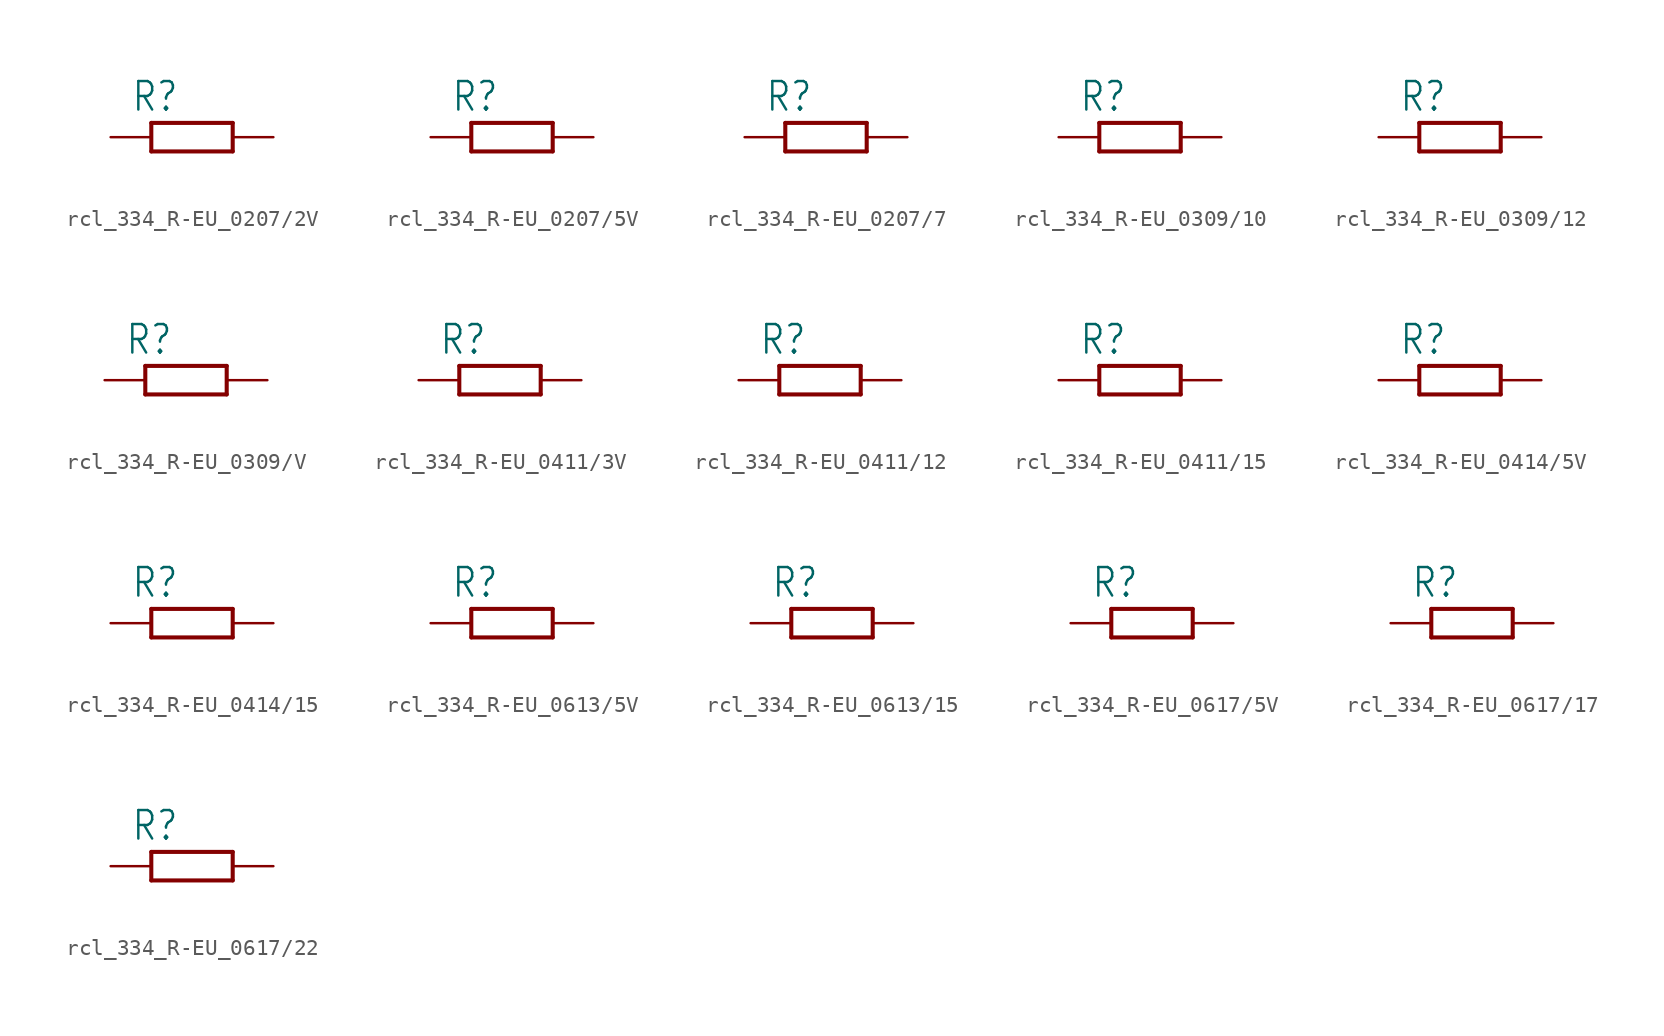
<source format=kicad_sym>
(kicad_symbol_lib
  (version 20241209)
  (generator "kicad_symbol_editor")
  (generator_version "9.0")
  (symbol "rcl_334_R-EU_0207/2V"
    (property "Reference" "R"
      (at -3.81 1.499 0)
      (effects (font (size 1.778 1.511)) (justify left bottom)))
    (property "Value" ""
      (at -3.81 -3.302 0)
      (effects (font (size 1.778 1.511)) (justify left bottom)))
    (property "ki_locked" ""
      (at 0 0 0)
      (effects (font (size 1.27 1.27))))
    (symbol "rcl_334_R-EU_0207/2V_1_0"
      (polyline (pts (xy -2.54 -0.889) (xy -2.54 0.889)) (stroke (width 0.254) (type solid)) (fill (type none)))
      (polyline (pts (xy -2.54 -0.889) (xy 2.54 -0.889)) (stroke (width 0.254) (type solid)) (fill (type none)))
      (polyline (pts (xy 2.54 0.889) (xy -2.54 0.889)) (stroke (width 0.254) (type solid)) (fill (type none)))
      (polyline (pts (xy 2.54 -0.889) (xy 2.54 0.889)) (stroke (width 0.254) (type solid)) (fill (type none)))
      (pin passive line (at -5.08 0 0) (length 2.54) (name "1" (effects (font (size 0 0)))) (number "1" (effects (font (size 0 0)))))
      (pin passive line (at 5.08 0 180) (length 2.54) (name "2" (effects (font (size 0 0)))) (number "2" (effects (font (size 0 0)))))))
  (symbol "rcl_334_R-EU_0207/5V"
    (property "Reference" "R"
      (at -3.81 1.499 0)
      (effects (font (size 1.778 1.511)) (justify left bottom)))
    (property "Value" ""
      (at -3.81 -3.302 0)
      (effects (font (size 1.778 1.511)) (justify left bottom)))
    (property "ki_locked" ""
      (at 0 0 0)
      (effects (font (size 1.27 1.27))))
    (symbol "rcl_334_R-EU_0207/5V_1_0"
      (polyline (pts (xy -2.54 -0.889) (xy -2.54 0.889)) (stroke (width 0.254) (type solid)) (fill (type none)))
      (polyline (pts (xy -2.54 -0.889) (xy 2.54 -0.889)) (stroke (width 0.254) (type solid)) (fill (type none)))
      (polyline (pts (xy 2.54 0.889) (xy -2.54 0.889)) (stroke (width 0.254) (type solid)) (fill (type none)))
      (polyline (pts (xy 2.54 -0.889) (xy 2.54 0.889)) (stroke (width 0.254) (type solid)) (fill (type none)))
      (pin passive line (at -5.08 0 0) (length 2.54) (name "1" (effects (font (size 0 0)))) (number "1" (effects (font (size 0 0)))))
      (pin passive line (at 5.08 0 180) (length 2.54) (name "2" (effects (font (size 0 0)))) (number "2" (effects (font (size 0 0)))))))
  (symbol "rcl_334_R-EU_0207/7"
    (property "Reference" "R"
      (at -3.81 1.499 0)
      (effects (font (size 1.778 1.511)) (justify left bottom)))
    (property "Value" ""
      (at -3.81 -3.302 0)
      (effects (font (size 1.778 1.511)) (justify left bottom)))
    (property "ki_locked" ""
      (at 0 0 0)
      (effects (font (size 1.27 1.27))))
    (symbol "rcl_334_R-EU_0207/7_1_0"
      (polyline (pts (xy -2.54 -0.889) (xy -2.54 0.889)) (stroke (width 0.254) (type solid)) (fill (type none)))
      (polyline (pts (xy -2.54 -0.889) (xy 2.54 -0.889)) (stroke (width 0.254) (type solid)) (fill (type none)))
      (polyline (pts (xy 2.54 0.889) (xy -2.54 0.889)) (stroke (width 0.254) (type solid)) (fill (type none)))
      (polyline (pts (xy 2.54 -0.889) (xy 2.54 0.889)) (stroke (width 0.254) (type solid)) (fill (type none)))
      (pin passive line (at -5.08 0 0) (length 2.54) (name "1" (effects (font (size 0 0)))) (number "1" (effects (font (size 0 0)))))
      (pin passive line (at 5.08 0 180) (length 2.54) (name "2" (effects (font (size 0 0)))) (number "2" (effects (font (size 0 0)))))))
  (symbol "rcl_334_R-EU_0309/10"
    (property "Reference" "R"
      (at -3.81 1.499 0)
      (effects (font (size 1.778 1.511)) (justify left bottom)))
    (property "Value" ""
      (at -3.81 -3.302 0)
      (effects (font (size 1.778 1.511)) (justify left bottom)))
    (property "ki_locked" ""
      (at 0 0 0)
      (effects (font (size 1.27 1.27))))
    (symbol "rcl_334_R-EU_0309/10_1_0"
      (polyline (pts (xy -2.54 -0.889) (xy -2.54 0.889)) (stroke (width 0.254) (type solid)) (fill (type none)))
      (polyline (pts (xy -2.54 -0.889) (xy 2.54 -0.889)) (stroke (width 0.254) (type solid)) (fill (type none)))
      (polyline (pts (xy 2.54 0.889) (xy -2.54 0.889)) (stroke (width 0.254) (type solid)) (fill (type none)))
      (polyline (pts (xy 2.54 -0.889) (xy 2.54 0.889)) (stroke (width 0.254) (type solid)) (fill (type none)))
      (pin passive line (at -5.08 0 0) (length 2.54) (name "1" (effects (font (size 0 0)))) (number "1" (effects (font (size 0 0)))))
      (pin passive line (at 5.08 0 180) (length 2.54) (name "2" (effects (font (size 0 0)))) (number "2" (effects (font (size 0 0)))))))
  (symbol "rcl_334_R-EU_0309/12"
    (property "Reference" "R"
      (at -3.81 1.499 0)
      (effects (font (size 1.778 1.511)) (justify left bottom)))
    (property "Value" ""
      (at -3.81 -3.302 0)
      (effects (font (size 1.778 1.511)) (justify left bottom)))
    (property "ki_locked" ""
      (at 0 0 0)
      (effects (font (size 1.27 1.27))))
    (symbol "rcl_334_R-EU_0309/12_1_0"
      (polyline (pts (xy -2.54 -0.889) (xy -2.54 0.889)) (stroke (width 0.254) (type solid)) (fill (type none)))
      (polyline (pts (xy -2.54 -0.889) (xy 2.54 -0.889)) (stroke (width 0.254) (type solid)) (fill (type none)))
      (polyline (pts (xy 2.54 0.889) (xy -2.54 0.889)) (stroke (width 0.254) (type solid)) (fill (type none)))
      (polyline (pts (xy 2.54 -0.889) (xy 2.54 0.889)) (stroke (width 0.254) (type solid)) (fill (type none)))
      (pin passive line (at -5.08 0 0) (length 2.54) (name "1" (effects (font (size 0 0)))) (number "1" (effects (font (size 0 0)))))
      (pin passive line (at 5.08 0 180) (length 2.54) (name "2" (effects (font (size 0 0)))) (number "2" (effects (font (size 0 0)))))))
  (symbol "rcl_334_R-EU_0309/V"
    (property "Reference" "R"
      (at -3.81 1.499 0)
      (effects (font (size 1.778 1.511)) (justify left bottom)))
    (property "Value" ""
      (at -3.81 -3.302 0)
      (effects (font (size 1.778 1.511)) (justify left bottom)))
    (property "ki_locked" ""
      (at 0 0 0)
      (effects (font (size 1.27 1.27))))
    (symbol "rcl_334_R-EU_0309/V_1_0"
      (polyline (pts (xy -2.54 -0.889) (xy -2.54 0.889)) (stroke (width 0.254) (type solid)) (fill (type none)))
      (polyline (pts (xy -2.54 -0.889) (xy 2.54 -0.889)) (stroke (width 0.254) (type solid)) (fill (type none)))
      (polyline (pts (xy 2.54 0.889) (xy -2.54 0.889)) (stroke (width 0.254) (type solid)) (fill (type none)))
      (polyline (pts (xy 2.54 -0.889) (xy 2.54 0.889)) (stroke (width 0.254) (type solid)) (fill (type none)))
      (pin passive line (at -5.08 0 0) (length 2.54) (name "1" (effects (font (size 0 0)))) (number "1" (effects (font (size 0 0)))))
      (pin passive line (at 5.08 0 180) (length 2.54) (name "2" (effects (font (size 0 0)))) (number "2" (effects (font (size 0 0)))))))
  (symbol "rcl_334_R-EU_0411/3V"
    (property "Reference" "R"
      (at -3.81 1.499 0)
      (effects (font (size 1.778 1.511)) (justify left bottom)))
    (property "Value" ""
      (at -3.81 -3.302 0)
      (effects (font (size 1.778 1.511)) (justify left bottom)))
    (property "ki_locked" ""
      (at 0 0 0)
      (effects (font (size 1.27 1.27))))
    (symbol "rcl_334_R-EU_0411/3V_1_0"
      (polyline (pts (xy -2.54 -0.889) (xy -2.54 0.889)) (stroke (width 0.254) (type solid)) (fill (type none)))
      (polyline (pts (xy -2.54 -0.889) (xy 2.54 -0.889)) (stroke (width 0.254) (type solid)) (fill (type none)))
      (polyline (pts (xy 2.54 0.889) (xy -2.54 0.889)) (stroke (width 0.254) (type solid)) (fill (type none)))
      (polyline (pts (xy 2.54 -0.889) (xy 2.54 0.889)) (stroke (width 0.254) (type solid)) (fill (type none)))
      (pin passive line (at -5.08 0 0) (length 2.54) (name "1" (effects (font (size 0 0)))) (number "1" (effects (font (size 0 0)))))
      (pin passive line (at 5.08 0 180) (length 2.54) (name "2" (effects (font (size 0 0)))) (number "2" (effects (font (size 0 0)))))))
  (symbol "rcl_334_R-EU_0411/12"
    (property "Reference" "R"
      (at -3.81 1.499 0)
      (effects (font (size 1.778 1.511)) (justify left bottom)))
    (property "Value" ""
      (at -3.81 -3.302 0)
      (effects (font (size 1.778 1.511)) (justify left bottom)))
    (property "ki_locked" ""
      (at 0 0 0)
      (effects (font (size 1.27 1.27))))
    (symbol "rcl_334_R-EU_0411/12_1_0"
      (polyline (pts (xy -2.54 -0.889) (xy -2.54 0.889)) (stroke (width 0.254) (type solid)) (fill (type none)))
      (polyline (pts (xy -2.54 -0.889) (xy 2.54 -0.889)) (stroke (width 0.254) (type solid)) (fill (type none)))
      (polyline (pts (xy 2.54 0.889) (xy -2.54 0.889)) (stroke (width 0.254) (type solid)) (fill (type none)))
      (polyline (pts (xy 2.54 -0.889) (xy 2.54 0.889)) (stroke (width 0.254) (type solid)) (fill (type none)))
      (pin passive line (at -5.08 0 0) (length 2.54) (name "1" (effects (font (size 0 0)))) (number "1" (effects (font (size 0 0)))))
      (pin passive line (at 5.08 0 180) (length 2.54) (name "2" (effects (font (size 0 0)))) (number "2" (effects (font (size 0 0)))))))
  (symbol "rcl_334_R-EU_0411/15"
    (property "Reference" "R"
      (at -3.81 1.499 0)
      (effects (font (size 1.778 1.511)) (justify left bottom)))
    (property "Value" ""
      (at -3.81 -3.302 0)
      (effects (font (size 1.778 1.511)) (justify left bottom)))
    (property "ki_locked" ""
      (at 0 0 0)
      (effects (font (size 1.27 1.27))))
    (symbol "rcl_334_R-EU_0411/15_1_0"
      (polyline (pts (xy -2.54 -0.889) (xy -2.54 0.889)) (stroke (width 0.254) (type solid)) (fill (type none)))
      (polyline (pts (xy -2.54 -0.889) (xy 2.54 -0.889)) (stroke (width 0.254) (type solid)) (fill (type none)))
      (polyline (pts (xy 2.54 0.889) (xy -2.54 0.889)) (stroke (width 0.254) (type solid)) (fill (type none)))
      (polyline (pts (xy 2.54 -0.889) (xy 2.54 0.889)) (stroke (width 0.254) (type solid)) (fill (type none)))
      (pin passive line (at -5.08 0 0) (length 2.54) (name "1" (effects (font (size 0 0)))) (number "1" (effects (font (size 0 0)))))
      (pin passive line (at 5.08 0 180) (length 2.54) (name "2" (effects (font (size 0 0)))) (number "2" (effects (font (size 0 0)))))))
  (symbol "rcl_334_R-EU_0414/5V"
    (property "Reference" "R"
      (at -3.81 1.499 0)
      (effects (font (size 1.778 1.511)) (justify left bottom)))
    (property "Value" ""
      (at -3.81 -3.302 0)
      (effects (font (size 1.778 1.511)) (justify left bottom)))
    (property "ki_locked" ""
      (at 0 0 0)
      (effects (font (size 1.27 1.27))))
    (symbol "rcl_334_R-EU_0414/5V_1_0"
      (polyline (pts (xy -2.54 -0.889) (xy -2.54 0.889)) (stroke (width 0.254) (type solid)) (fill (type none)))
      (polyline (pts (xy -2.54 -0.889) (xy 2.54 -0.889)) (stroke (width 0.254) (type solid)) (fill (type none)))
      (polyline (pts (xy 2.54 0.889) (xy -2.54 0.889)) (stroke (width 0.254) (type solid)) (fill (type none)))
      (polyline (pts (xy 2.54 -0.889) (xy 2.54 0.889)) (stroke (width 0.254) (type solid)) (fill (type none)))
      (pin passive line (at -5.08 0 0) (length 2.54) (name "1" (effects (font (size 0 0)))) (number "1" (effects (font (size 0 0)))))
      (pin passive line (at 5.08 0 180) (length 2.54) (name "2" (effects (font (size 0 0)))) (number "2" (effects (font (size 0 0)))))))
  (symbol "rcl_334_R-EU_0414/15"
    (property "Reference" "R"
      (at -3.81 1.499 0)
      (effects (font (size 1.778 1.511)) (justify left bottom)))
    (property "Value" ""
      (at -3.81 -3.302 0)
      (effects (font (size 1.778 1.511)) (justify left bottom)))
    (property "ki_locked" ""
      (at 0 0 0)
      (effects (font (size 1.27 1.27))))
    (symbol "rcl_334_R-EU_0414/15_1_0"
      (polyline (pts (xy -2.54 -0.889) (xy -2.54 0.889)) (stroke (width 0.254) (type solid)) (fill (type none)))
      (polyline (pts (xy -2.54 -0.889) (xy 2.54 -0.889)) (stroke (width 0.254) (type solid)) (fill (type none)))
      (polyline (pts (xy 2.54 0.889) (xy -2.54 0.889)) (stroke (width 0.254) (type solid)) (fill (type none)))
      (polyline (pts (xy 2.54 -0.889) (xy 2.54 0.889)) (stroke (width 0.254) (type solid)) (fill (type none)))
      (pin passive line (at -5.08 0 0) (length 2.54) (name "1" (effects (font (size 0 0)))) (number "1" (effects (font (size 0 0)))))
      (pin passive line (at 5.08 0 180) (length 2.54) (name "2" (effects (font (size 0 0)))) (number "2" (effects (font (size 0 0)))))))
  (symbol "rcl_334_R-EU_0613/5V"
    (property "Reference" "R"
      (at -3.81 1.499 0)
      (effects (font (size 1.778 1.511)) (justify left bottom)))
    (property "Value" ""
      (at -3.81 -3.302 0)
      (effects (font (size 1.778 1.511)) (justify left bottom)))
    (property "ki_locked" ""
      (at 0 0 0)
      (effects (font (size 1.27 1.27))))
    (symbol "rcl_334_R-EU_0613/5V_1_0"
      (polyline (pts (xy -2.54 -0.889) (xy -2.54 0.889)) (stroke (width 0.254) (type solid)) (fill (type none)))
      (polyline (pts (xy -2.54 -0.889) (xy 2.54 -0.889)) (stroke (width 0.254) (type solid)) (fill (type none)))
      (polyline (pts (xy 2.54 0.889) (xy -2.54 0.889)) (stroke (width 0.254) (type solid)) (fill (type none)))
      (polyline (pts (xy 2.54 -0.889) (xy 2.54 0.889)) (stroke (width 0.254) (type solid)) (fill (type none)))
      (pin passive line (at -5.08 0 0) (length 2.54) (name "1" (effects (font (size 0 0)))) (number "1" (effects (font (size 0 0)))))
      (pin passive line (at 5.08 0 180) (length 2.54) (name "2" (effects (font (size 0 0)))) (number "2" (effects (font (size 0 0)))))))
  (symbol "rcl_334_R-EU_0613/15"
    (property "Reference" "R"
      (at -3.81 1.499 0)
      (effects (font (size 1.778 1.511)) (justify left bottom)))
    (property "Value" ""
      (at -3.81 -3.302 0)
      (effects (font (size 1.778 1.511)) (justify left bottom)))
    (property "ki_locked" ""
      (at 0 0 0)
      (effects (font (size 1.27 1.27))))
    (symbol "rcl_334_R-EU_0613/15_1_0"
      (polyline (pts (xy -2.54 -0.889) (xy -2.54 0.889)) (stroke (width 0.254) (type solid)) (fill (type none)))
      (polyline (pts (xy -2.54 -0.889) (xy 2.54 -0.889)) (stroke (width 0.254) (type solid)) (fill (type none)))
      (polyline (pts (xy 2.54 0.889) (xy -2.54 0.889)) (stroke (width 0.254) (type solid)) (fill (type none)))
      (polyline (pts (xy 2.54 -0.889) (xy 2.54 0.889)) (stroke (width 0.254) (type solid)) (fill (type none)))
      (pin passive line (at -5.08 0 0) (length 2.54) (name "1" (effects (font (size 0 0)))) (number "1" (effects (font (size 0 0)))))
      (pin passive line (at 5.08 0 180) (length 2.54) (name "2" (effects (font (size 0 0)))) (number "2" (effects (font (size 0 0)))))))
  (symbol "rcl_334_R-EU_0617/5V"
    (property "Reference" "R"
      (at -3.81 1.499 0)
      (effects (font (size 1.778 1.511)) (justify left bottom)))
    (property "Value" ""
      (at -3.81 -3.302 0)
      (effects (font (size 1.778 1.511)) (justify left bottom)))
    (property "ki_locked" ""
      (at 0 0 0)
      (effects (font (size 1.27 1.27))))
    (symbol "rcl_334_R-EU_0617/5V_1_0"
      (polyline (pts (xy -2.54 -0.889) (xy -2.54 0.889)) (stroke (width 0.254) (type solid)) (fill (type none)))
      (polyline (pts (xy -2.54 -0.889) (xy 2.54 -0.889)) (stroke (width 0.254) (type solid)) (fill (type none)))
      (polyline (pts (xy 2.54 0.889) (xy -2.54 0.889)) (stroke (width 0.254) (type solid)) (fill (type none)))
      (polyline (pts (xy 2.54 -0.889) (xy 2.54 0.889)) (stroke (width 0.254) (type solid)) (fill (type none)))
      (pin passive line (at -5.08 0 0) (length 2.54) (name "1" (effects (font (size 0 0)))) (number "1" (effects (font (size 0 0)))))
      (pin passive line (at 5.08 0 180) (length 2.54) (name "2" (effects (font (size 0 0)))) (number "2" (effects (font (size 0 0)))))))
  (symbol "rcl_334_R-EU_0617/17"
    (property "Reference" "R"
      (at -3.81 1.499 0)
      (effects (font (size 1.778 1.511)) (justify left bottom)))
    (property "Value" ""
      (at -3.81 -3.302 0)
      (effects (font (size 1.778 1.511)) (justify left bottom)))
    (property "ki_locked" ""
      (at 0 0 0)
      (effects (font (size 1.27 1.27))))
    (symbol "rcl_334_R-EU_0617/17_1_0"
      (polyline (pts (xy -2.54 -0.889) (xy -2.54 0.889)) (stroke (width 0.254) (type solid)) (fill (type none)))
      (polyline (pts (xy -2.54 -0.889) (xy 2.54 -0.889)) (stroke (width 0.254) (type solid)) (fill (type none)))
      (polyline (pts (xy 2.54 0.889) (xy -2.54 0.889)) (stroke (width 0.254) (type solid)) (fill (type none)))
      (polyline (pts (xy 2.54 -0.889) (xy 2.54 0.889)) (stroke (width 0.254) (type solid)) (fill (type none)))
      (pin passive line (at -5.08 0 0) (length 2.54) (name "1" (effects (font (size 0 0)))) (number "1" (effects (font (size 0 0)))))
      (pin passive line (at 5.08 0 180) (length 2.54) (name "2" (effects (font (size 0 0)))) (number "2" (effects (font (size 0 0)))))))
  (symbol "rcl_334_R-EU_0617/22"
    (property "Reference" "R"
      (at -3.81 1.499 0)
      (effects (font (size 1.778 1.511)) (justify left bottom)))
    (property "Value" ""
      (at -3.81 -3.302 0)
      (effects (font (size 1.778 1.511)) (justify left bottom)))
    (property "ki_locked" ""
      (at 0 0 0)
      (effects (font (size 1.27 1.27))))
    (symbol "rcl_334_R-EU_0617/22_1_0"
      (polyline (pts (xy -2.54 -0.889) (xy -2.54 0.889)) (stroke (width 0.254) (type solid)) (fill (type none)))
      (polyline (pts (xy -2.54 -0.889) (xy 2.54 -0.889)) (stroke (width 0.254) (type solid)) (fill (type none)))
      (polyline (pts (xy 2.54 0.889) (xy -2.54 0.889)) (stroke (width 0.254) (type solid)) (fill (type none)))
      (polyline (pts (xy 2.54 -0.889) (xy 2.54 0.889)) (stroke (width 0.254) (type solid)) (fill (type none)))
      (pin passive line (at -5.08 0 0) (length 2.54) (name "1" (effects (font (size 0 0)))) (number "1" (effects (font (size 0 0)))))
      (pin passive line (at 5.08 0 180) (length 2.54) (name "2" (effects (font (size 0 0)))) (number "2" (effects (font (size 0 0))))))))
</source>
